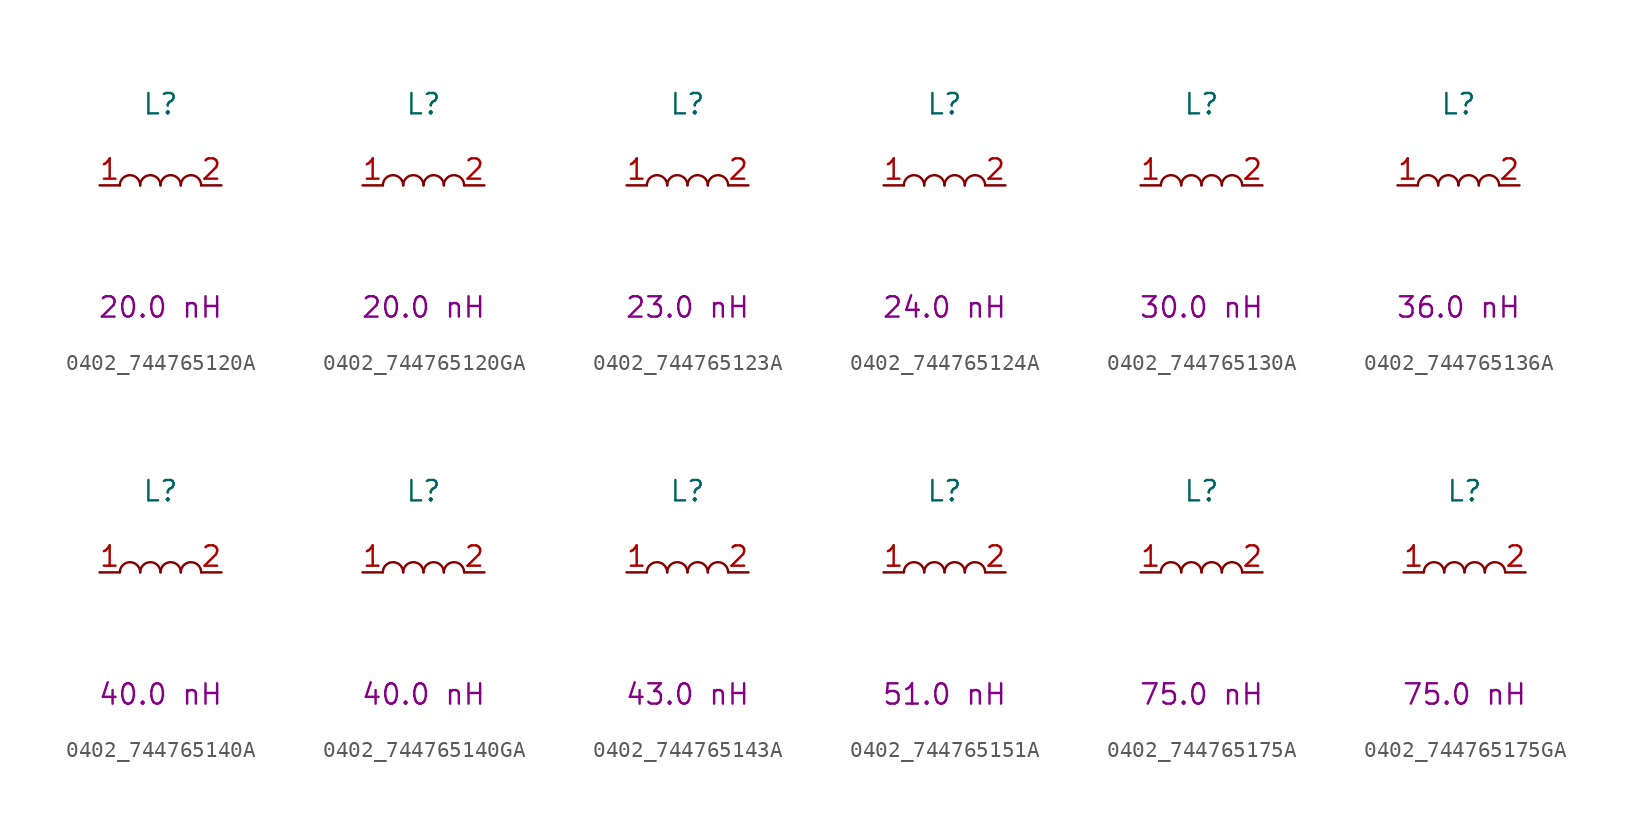
<source format=kicad_sym>
(kicad_symbol_lib
  (version 20220914)
  (generator kicad_symbol_editor)
  (symbol "0402_744765120A"
    (pin_names hide)
    (property "Reference" "L"
      (at 0 5.08 0)
      (effects (font (size 1.27 1.27))))
    (property "Critical Parameter" "20.0 nH"
      (at 0 -7.62 0)
      (effects (font (size 1.27 1.27))))
    (symbol "0402_744765120A_0_1"
      (arc (start -1.27 0) (mid -1.905 0.6323) (end -2.54 0) (stroke (width 0) (type default)) (fill (type none)))
      (arc (start 0 0) (mid -0.635 0.6323) (end -1.27 0) (stroke (width 0) (type default)) (fill (type none)))
      (arc (start 1.27 0) (mid 0.635 0.6323) (end 0 0) (stroke (width 0) (type default)) (fill (type none)))
      (arc (start 2.54 0) (mid 1.905 0.6323) (end 1.27 0) (stroke (width 0) (type default)) (fill (type none))))
    (symbol "0402_744765120A_1_1"
      (pin passive line (at -3.81 0 0) (length 1.27) (name "1" (effects (font (size 1.27 1.27)))) (number "1" (effects (font (size 1.27 1.27)))))
      (pin passive line (at 3.81 0 180) (length 1.27) (name "2" (effects (font (size 1.27 1.27)))) (number "2" (effects (font (size 1.27 1.27)))))))
  (symbol "0402_744765120GA"
    (pin_names hide)
    (property "Reference" "L"
      (at 0 5.08 0)
      (effects (font (size 1.27 1.27))))
    (property "Critical Parameter" "20.0 nH"
      (at 0 -7.62 0)
      (effects (font (size 1.27 1.27))))
    (symbol "0402_744765120GA_0_1"
      (arc (start -1.27 0) (mid -1.905 0.6323) (end -2.54 0) (stroke (width 0) (type default)) (fill (type none)))
      (arc (start 0 0) (mid -0.635 0.6323) (end -1.27 0) (stroke (width 0) (type default)) (fill (type none)))
      (arc (start 1.27 0) (mid 0.635 0.6323) (end 0 0) (stroke (width 0) (type default)) (fill (type none)))
      (arc (start 2.54 0) (mid 1.905 0.6323) (end 1.27 0) (stroke (width 0) (type default)) (fill (type none))))
    (symbol "0402_744765120GA_1_1"
      (pin passive line (at -3.81 0 0) (length 1.27) (name "1" (effects (font (size 1.27 1.27)))) (number "1" (effects (font (size 1.27 1.27)))))
      (pin passive line (at 3.81 0 180) (length 1.27) (name "2" (effects (font (size 1.27 1.27)))) (number "2" (effects (font (size 1.27 1.27)))))))
  (symbol "0402_744765123A"
    (pin_names hide)
    (property "Reference" "L"
      (at 0 5.08 0)
      (effects (font (size 1.27 1.27))))
    (property "Critical Parameter" "23.0 nH"
      (at 0 -7.62 0)
      (effects (font (size 1.27 1.27))))
    (symbol "0402_744765123A_0_1"
      (arc (start -1.27 0) (mid -1.905 0.6323) (end -2.54 0) (stroke (width 0) (type default)) (fill (type none)))
      (arc (start 0 0) (mid -0.635 0.6323) (end -1.27 0) (stroke (width 0) (type default)) (fill (type none)))
      (arc (start 1.27 0) (mid 0.635 0.6323) (end 0 0) (stroke (width 0) (type default)) (fill (type none)))
      (arc (start 2.54 0) (mid 1.905 0.6323) (end 1.27 0) (stroke (width 0) (type default)) (fill (type none))))
    (symbol "0402_744765123A_1_1"
      (pin passive line (at -3.81 0 0) (length 1.27) (name "1" (effects (font (size 1.27 1.27)))) (number "1" (effects (font (size 1.27 1.27)))))
      (pin passive line (at 3.81 0 180) (length 1.27) (name "2" (effects (font (size 1.27 1.27)))) (number "2" (effects (font (size 1.27 1.27)))))))
  (symbol "0402_744765124A"
    (pin_names hide)
    (property "Reference" "L"
      (at 0 5.08 0)
      (effects (font (size 1.27 1.27))))
    (property "Critical Parameter" "24.0 nH"
      (at 0 -7.62 0)
      (effects (font (size 1.27 1.27))))
    (symbol "0402_744765124A_0_1"
      (arc (start -1.27 0) (mid -1.905 0.6323) (end -2.54 0) (stroke (width 0) (type default)) (fill (type none)))
      (arc (start 0 0) (mid -0.635 0.6323) (end -1.27 0) (stroke (width 0) (type default)) (fill (type none)))
      (arc (start 1.27 0) (mid 0.635 0.6323) (end 0 0) (stroke (width 0) (type default)) (fill (type none)))
      (arc (start 2.54 0) (mid 1.905 0.6323) (end 1.27 0) (stroke (width 0) (type default)) (fill (type none))))
    (symbol "0402_744765124A_1_1"
      (pin passive line (at -3.81 0 0) (length 1.27) (name "1" (effects (font (size 1.27 1.27)))) (number "1" (effects (font (size 1.27 1.27)))))
      (pin passive line (at 3.81 0 180) (length 1.27) (name "2" (effects (font (size 1.27 1.27)))) (number "2" (effects (font (size 1.27 1.27)))))))
  (symbol "0402_744765130A"
    (pin_names hide)
    (property "Reference" "L"
      (at 0 5.08 0)
      (effects (font (size 1.27 1.27))))
    (property "Critical Parameter" "30.0 nH"
      (at 0 -7.62 0)
      (effects (font (size 1.27 1.27))))
    (symbol "0402_744765130A_0_1"
      (arc (start -1.27 0) (mid -1.905 0.6323) (end -2.54 0) (stroke (width 0) (type default)) (fill (type none)))
      (arc (start 0 0) (mid -0.635 0.6323) (end -1.27 0) (stroke (width 0) (type default)) (fill (type none)))
      (arc (start 1.27 0) (mid 0.635 0.6323) (end 0 0) (stroke (width 0) (type default)) (fill (type none)))
      (arc (start 2.54 0) (mid 1.905 0.6323) (end 1.27 0) (stroke (width 0) (type default)) (fill (type none))))
    (symbol "0402_744765130A_1_1"
      (pin passive line (at -3.81 0 0) (length 1.27) (name "1" (effects (font (size 1.27 1.27)))) (number "1" (effects (font (size 1.27 1.27)))))
      (pin passive line (at 3.81 0 180) (length 1.27) (name "2" (effects (font (size 1.27 1.27)))) (number "2" (effects (font (size 1.27 1.27)))))))
  (symbol "0402_744765136A"
    (pin_names hide)
    (property "Reference" "L"
      (at 0 5.08 0)
      (effects (font (size 1.27 1.27))))
    (property "Critical Parameter" "36.0 nH"
      (at 0 -7.62 0)
      (effects (font (size 1.27 1.27))))
    (symbol "0402_744765136A_0_1"
      (arc (start -1.27 0) (mid -1.905 0.6323) (end -2.54 0) (stroke (width 0) (type default)) (fill (type none)))
      (arc (start 0 0) (mid -0.635 0.6323) (end -1.27 0) (stroke (width 0) (type default)) (fill (type none)))
      (arc (start 1.27 0) (mid 0.635 0.6323) (end 0 0) (stroke (width 0) (type default)) (fill (type none)))
      (arc (start 2.54 0) (mid 1.905 0.6323) (end 1.27 0) (stroke (width 0) (type default)) (fill (type none))))
    (symbol "0402_744765136A_1_1"
      (pin passive line (at -3.81 0 0) (length 1.27) (name "1" (effects (font (size 1.27 1.27)))) (number "1" (effects (font (size 1.27 1.27)))))
      (pin passive line (at 3.81 0 180) (length 1.27) (name "2" (effects (font (size 1.27 1.27)))) (number "2" (effects (font (size 1.27 1.27)))))))
  (symbol "0402_744765140A"
    (pin_names hide)
    (property "Reference" "L"
      (at 0 5.08 0)
      (effects (font (size 1.27 1.27))))
    (property "Critical Parameter" "40.0 nH"
      (at 0 -7.62 0)
      (effects (font (size 1.27 1.27))))
    (symbol "0402_744765140A_0_1"
      (arc (start -1.27 0) (mid -1.905 0.6323) (end -2.54 0) (stroke (width 0) (type default)) (fill (type none)))
      (arc (start 0 0) (mid -0.635 0.6323) (end -1.27 0) (stroke (width 0) (type default)) (fill (type none)))
      (arc (start 1.27 0) (mid 0.635 0.6323) (end 0 0) (stroke (width 0) (type default)) (fill (type none)))
      (arc (start 2.54 0) (mid 1.905 0.6323) (end 1.27 0) (stroke (width 0) (type default)) (fill (type none))))
    (symbol "0402_744765140A_1_1"
      (pin passive line (at -3.81 0 0) (length 1.27) (name "1" (effects (font (size 1.27 1.27)))) (number "1" (effects (font (size 1.27 1.27)))))
      (pin passive line (at 3.81 0 180) (length 1.27) (name "2" (effects (font (size 1.27 1.27)))) (number "2" (effects (font (size 1.27 1.27)))))))
  (symbol "0402_744765140GA"
    (pin_names hide)
    (property "Reference" "L"
      (at 0 5.08 0)
      (effects (font (size 1.27 1.27))))
    (property "Critical Parameter" "40.0 nH"
      (at 0 -7.62 0)
      (effects (font (size 1.27 1.27))))
    (symbol "0402_744765140GA_0_1"
      (arc (start -1.27 0) (mid -1.905 0.6323) (end -2.54 0) (stroke (width 0) (type default)) (fill (type none)))
      (arc (start 0 0) (mid -0.635 0.6323) (end -1.27 0) (stroke (width 0) (type default)) (fill (type none)))
      (arc (start 1.27 0) (mid 0.635 0.6323) (end 0 0) (stroke (width 0) (type default)) (fill (type none)))
      (arc (start 2.54 0) (mid 1.905 0.6323) (end 1.27 0) (stroke (width 0) (type default)) (fill (type none))))
    (symbol "0402_744765140GA_1_1"
      (pin passive line (at -3.81 0 0) (length 1.27) (name "1" (effects (font (size 1.27 1.27)))) (number "1" (effects (font (size 1.27 1.27)))))
      (pin passive line (at 3.81 0 180) (length 1.27) (name "2" (effects (font (size 1.27 1.27)))) (number "2" (effects (font (size 1.27 1.27)))))))
  (symbol "0402_744765143A"
    (pin_names hide)
    (property "Reference" "L"
      (at 0 5.08 0)
      (effects (font (size 1.27 1.27))))
    (property "Critical Parameter" "43.0 nH"
      (at 0 -7.62 0)
      (effects (font (size 1.27 1.27))))
    (symbol "0402_744765143A_0_1"
      (arc (start -1.27 0) (mid -1.905 0.6323) (end -2.54 0) (stroke (width 0) (type default)) (fill (type none)))
      (arc (start 0 0) (mid -0.635 0.6323) (end -1.27 0) (stroke (width 0) (type default)) (fill (type none)))
      (arc (start 1.27 0) (mid 0.635 0.6323) (end 0 0) (stroke (width 0) (type default)) (fill (type none)))
      (arc (start 2.54 0) (mid 1.905 0.6323) (end 1.27 0) (stroke (width 0) (type default)) (fill (type none))))
    (symbol "0402_744765143A_1_1"
      (pin passive line (at -3.81 0 0) (length 1.27) (name "1" (effects (font (size 1.27 1.27)))) (number "1" (effects (font (size 1.27 1.27)))))
      (pin passive line (at 3.81 0 180) (length 1.27) (name "2" (effects (font (size 1.27 1.27)))) (number "2" (effects (font (size 1.27 1.27)))))))
  (symbol "0402_744765151A"
    (pin_names hide)
    (property "Reference" "L"
      (at 0 5.08 0)
      (effects (font (size 1.27 1.27))))
    (property "Critical Parameter" "51.0 nH"
      (at 0 -7.62 0)
      (effects (font (size 1.27 1.27))))
    (symbol "0402_744765151A_0_1"
      (arc (start -1.27 0) (mid -1.905 0.6323) (end -2.54 0) (stroke (width 0) (type default)) (fill (type none)))
      (arc (start 0 0) (mid -0.635 0.6323) (end -1.27 0) (stroke (width 0) (type default)) (fill (type none)))
      (arc (start 1.27 0) (mid 0.635 0.6323) (end 0 0) (stroke (width 0) (type default)) (fill (type none)))
      (arc (start 2.54 0) (mid 1.905 0.6323) (end 1.27 0) (stroke (width 0) (type default)) (fill (type none))))
    (symbol "0402_744765151A_1_1"
      (pin passive line (at -3.81 0 0) (length 1.27) (name "1" (effects (font (size 1.27 1.27)))) (number "1" (effects (font (size 1.27 1.27)))))
      (pin passive line (at 3.81 0 180) (length 1.27) (name "2" (effects (font (size 1.27 1.27)))) (number "2" (effects (font (size 1.27 1.27)))))))
  (symbol "0402_744765175A"
    (pin_names hide)
    (property "Reference" "L"
      (at 0 5.08 0)
      (effects (font (size 1.27 1.27))))
    (property "Critical Parameter" "75.0 nH"
      (at 0 -7.62 0)
      (effects (font (size 1.27 1.27))))
    (symbol "0402_744765175A_0_1"
      (arc (start -1.27 0) (mid -1.905 0.6323) (end -2.54 0) (stroke (width 0) (type default)) (fill (type none)))
      (arc (start 0 0) (mid -0.635 0.6323) (end -1.27 0) (stroke (width 0) (type default)) (fill (type none)))
      (arc (start 1.27 0) (mid 0.635 0.6323) (end 0 0) (stroke (width 0) (type default)) (fill (type none)))
      (arc (start 2.54 0) (mid 1.905 0.6323) (end 1.27 0) (stroke (width 0) (type default)) (fill (type none))))
    (symbol "0402_744765175A_1_1"
      (pin passive line (at -3.81 0 0) (length 1.27) (name "1" (effects (font (size 1.27 1.27)))) (number "1" (effects (font (size 1.27 1.27)))))
      (pin passive line (at 3.81 0 180) (length 1.27) (name "2" (effects (font (size 1.27 1.27)))) (number "2" (effects (font (size 1.27 1.27)))))))
  (symbol "0402_744765175GA"
    (pin_names hide)
    (property "Reference" "L"
      (at 0 5.08 0)
      (effects (font (size 1.27 1.27))))
    (property "Critical Parameter" "75.0 nH"
      (at 0 -7.62 0)
      (effects (font (size 1.27 1.27))))
    (symbol "0402_744765175GA_0_1"
      (arc (start -1.27 0) (mid -1.905 0.6323) (end -2.54 0) (stroke (width 0) (type default)) (fill (type none)))
      (arc (start 0 0) (mid -0.635 0.6323) (end -1.27 0) (stroke (width 0) (type default)) (fill (type none)))
      (arc (start 1.27 0) (mid 0.635 0.6323) (end 0 0) (stroke (width 0) (type default)) (fill (type none)))
      (arc (start 2.54 0) (mid 1.905 0.6323) (end 1.27 0) (stroke (width 0) (type default)) (fill (type none))))
    (symbol "0402_744765175GA_1_1"
      (pin passive line (at -3.81 0 0) (length 1.27) (name "1" (effects (font (size 1.27 1.27)))) (number "1" (effects (font (size 1.27 1.27)))))
      (pin passive line (at 3.81 0 180) (length 1.27) (name "2" (effects (font (size 1.27 1.27)))) (number "2" (effects (font (size 1.27 1.27))))))))
</source>
